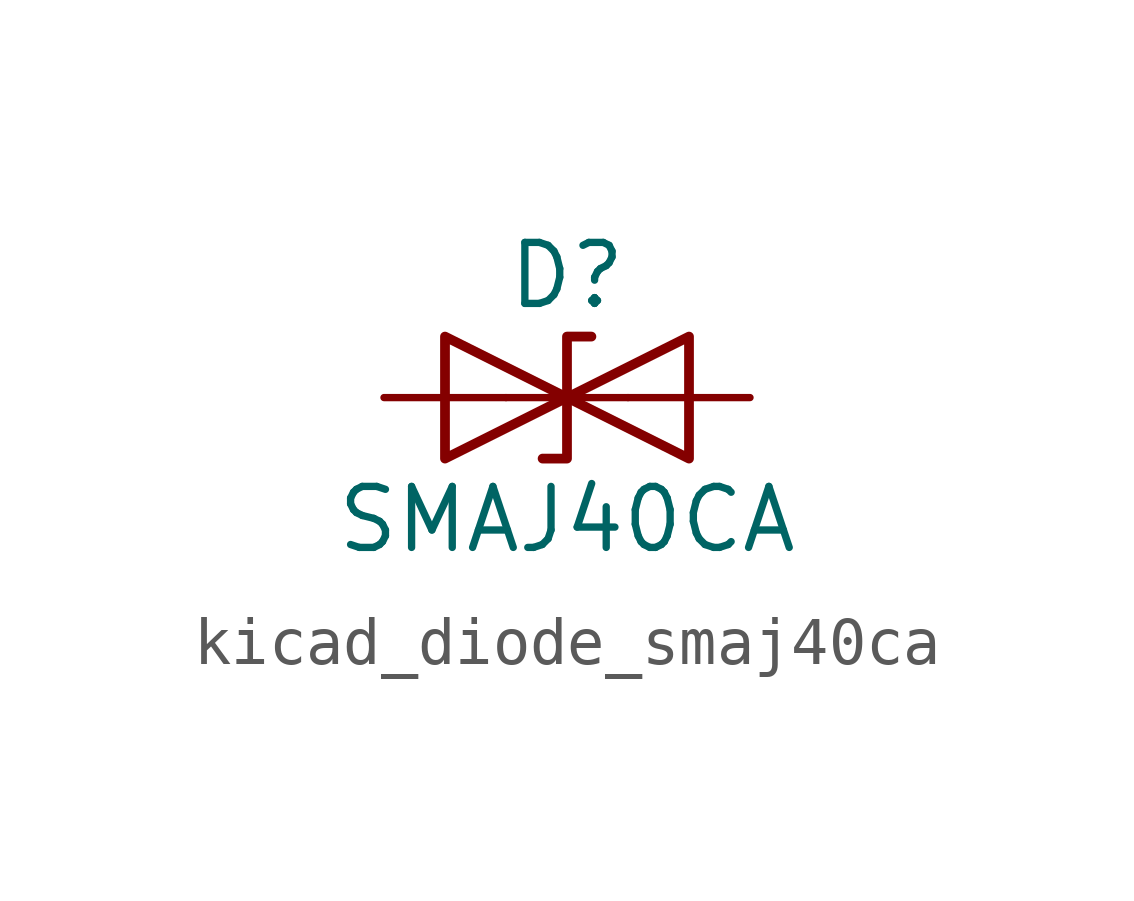
<source format=kicad_sym>
(kicad_symbol_lib
  (version 20220914)
  (generator kicad_symbol_editor)
  (symbol "kicad_diode_smaj40ca"
    (pin_numbers hide)
    (pin_names
      (offset 1.016) hide)
    (property "Reference" "D"
      (at 0 2.54 0)
      (effects (font (size 1.27 1.27))))
    (property "Value" "SMAJ40CA"
      (at 0 -2.54 0)
      (effects (font (size 1.27 1.27))))
    (symbol "kicad_diode_smaj40ca_0_1"
      (polyline (pts (xy 1.27 0) (xy -1.27 0)) (stroke (width 0) (type default)) (fill (type none)))
      (polyline (pts (xy -2.54 -1.27) (xy 0 0) (xy -2.54 1.27) (xy -2.54 -1.27)) (stroke (width 0.203) (type default)) (fill (type none)))
      (polyline (pts (xy 0.508 1.27) (xy 0 1.27) (xy 0 -1.27) (xy -0.508 -1.27)) (stroke (width 0.203) (type default)) (fill (type none)))
      (polyline (pts (xy 2.54 1.27) (xy 2.54 -1.27) (xy 0 0) (xy 2.54 1.27)) (stroke (width 0.203) (type default)) (fill (type none))))
    (symbol "kicad_diode_smaj40ca_1_1"
      (pin passive line (at -3.81 0 0) (length 2.54) (name "A1" (effects (font (size 1.27 1.27)))) (number "1" (effects (font (size 1.27 1.27)))))
      (pin passive line (at 3.81 0 180) (length 2.54) (name "A2" (effects (font (size 1.27 1.27)))) (number "2" (effects (font (size 1.27 1.27))))))))
</source>
